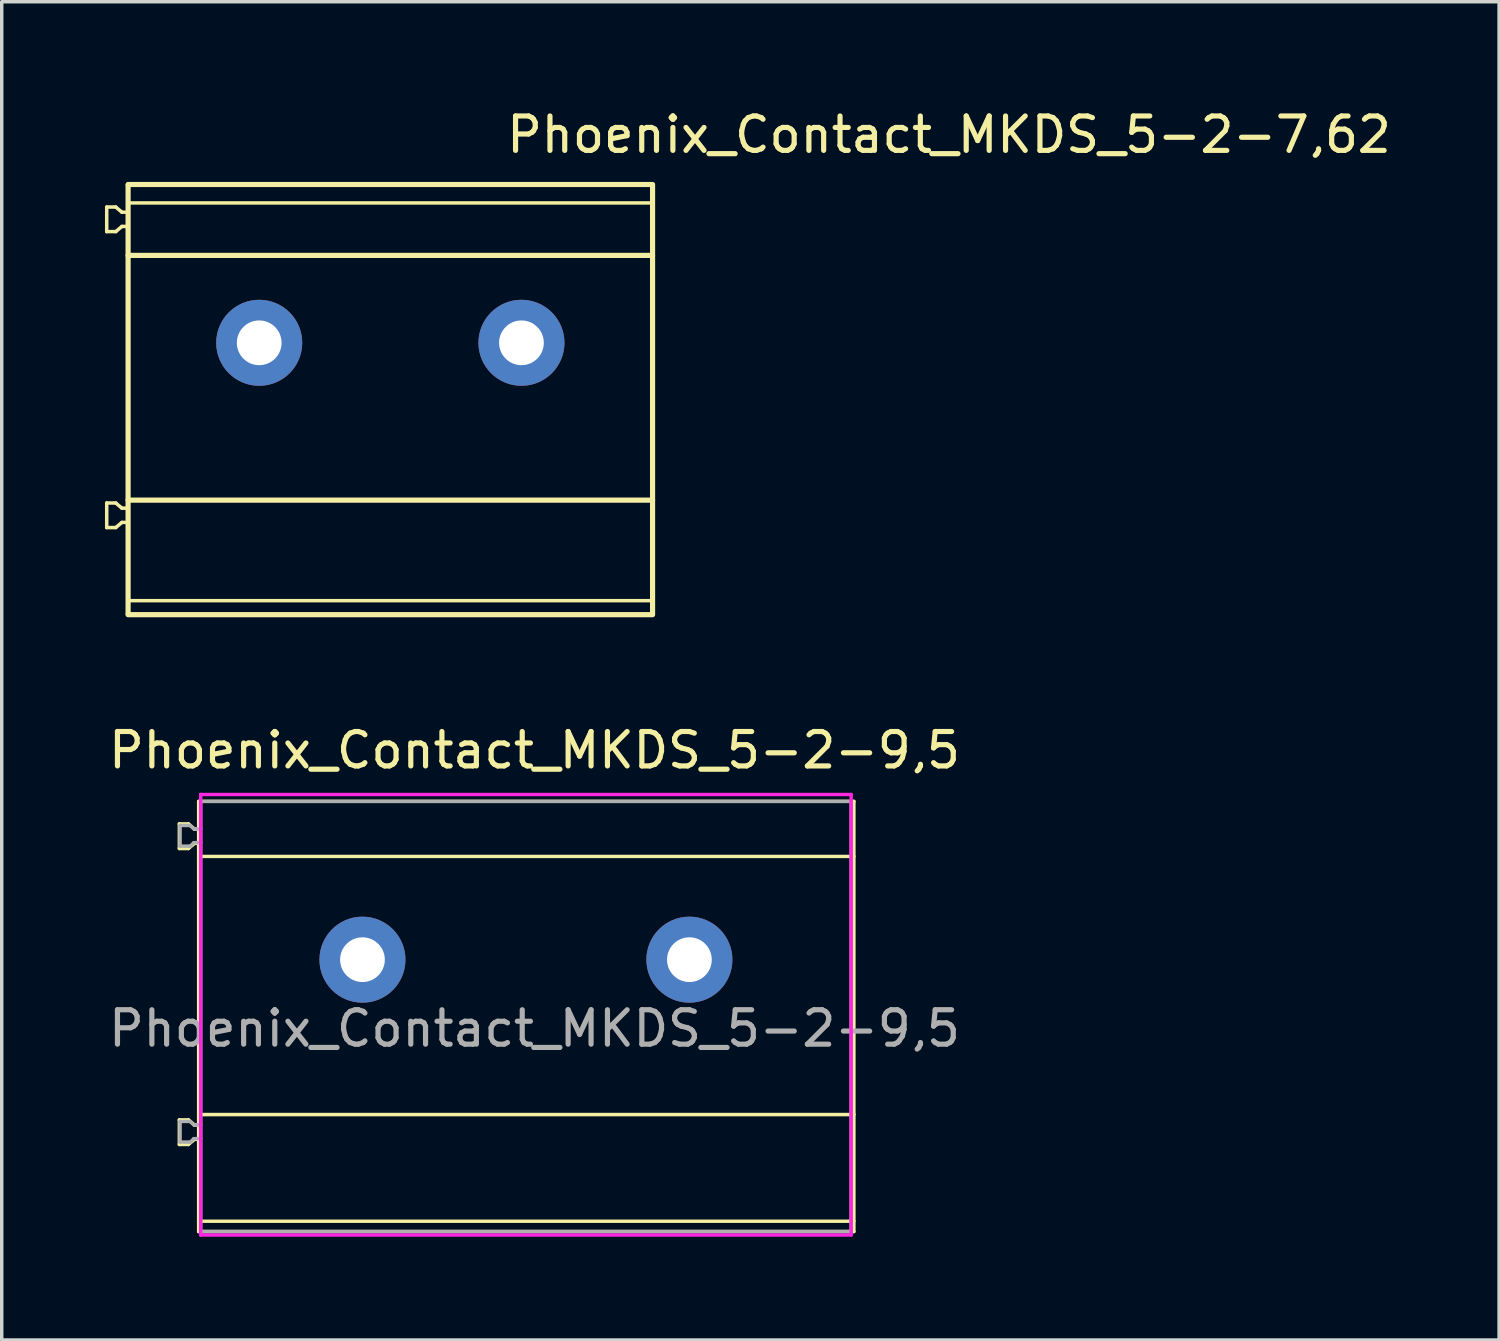
<source format=kicad_pcb>
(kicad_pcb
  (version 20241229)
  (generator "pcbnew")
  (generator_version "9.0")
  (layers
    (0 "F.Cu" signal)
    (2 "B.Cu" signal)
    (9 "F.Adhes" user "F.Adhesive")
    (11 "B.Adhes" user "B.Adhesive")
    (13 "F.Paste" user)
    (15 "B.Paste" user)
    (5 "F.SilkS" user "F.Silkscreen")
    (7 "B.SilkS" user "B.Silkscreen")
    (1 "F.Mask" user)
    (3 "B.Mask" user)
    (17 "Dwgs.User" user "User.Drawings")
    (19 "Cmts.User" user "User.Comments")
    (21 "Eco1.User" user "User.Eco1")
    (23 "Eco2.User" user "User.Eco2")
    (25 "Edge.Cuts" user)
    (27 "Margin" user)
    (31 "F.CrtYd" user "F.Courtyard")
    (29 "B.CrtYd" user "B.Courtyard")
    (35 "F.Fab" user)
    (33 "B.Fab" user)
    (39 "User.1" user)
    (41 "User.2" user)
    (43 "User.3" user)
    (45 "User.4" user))
  (footprint "Phoenix_Contact_MKDS_5-2-9,5"
    (layer "F.Cu")
    (at 7.482 24.836)
    (property "Reference" "Phoenix_Contact_MKDS_5-2-9,5" (at 5 -5.5 0) (layer "F.SilkS") (effects (font (size 1 1) (thickness 0.15)) (justify bottom)))
    (attr through_hole)
    (fp_line (start -5.32 -3.945) (end -5.057 -3.945) (stroke (width 0.102) (type solid)) (layer "F.SilkS"))
    (fp_line (start -5.32 -3.231) (end -5.32 -3.945) (stroke (width 0.102) (type solid)) (layer "F.SilkS"))
    (fp_line (start -5.32 5.369) (end -5.32 4.655) (stroke (width 0.102) (type solid)) (layer "F.SilkS"))
    (fp_line (start -5.057 -3.231) (end -5.32 -3.231) (stroke (width 0.102) (type solid)) (layer "F.SilkS"))
    (fp_line (start -5.057 4.655) (end -5.32 4.655) (stroke (width 0.102) (type solid)) (layer "F.SilkS"))
    (fp_line (start -5.057 4.655) (end -4.879 4.805) (stroke (width 0.102) (type solid)) (layer "F.SilkS"))
    (fp_line (start -5.057 5.369) (end -5.32 5.369) (stroke (width 0.102) (type solid)) (layer "F.SilkS"))
    (fp_line (start -4.879 -3.795) (end -5.057 -3.945) (stroke (width 0.102) (type solid)) (layer "F.SilkS"))
    (fp_line (start -4.879 -3.795) (end -4.76 -3.795) (stroke (width 0.102) (type solid)) (layer "F.SilkS"))
    (fp_line (start -4.879 -3.381) (end -5.057 -3.231) (stroke (width 0.102) (type solid)) (layer "F.SilkS"))
    (fp_line (start -4.879 4.805) (end -4.76 4.805) (stroke (width 0.102) (type solid)) (layer "F.SilkS"))
    (fp_line (start -4.879 5.219) (end -5.057 5.369) (stroke (width 0.102) (type solid)) (layer "F.SilkS"))
    (fp_line (start -4.76 -4.6) (end -4.76 7.9) (stroke (width 0.1) (type solid)) (layer "F.SilkS"))
    (fp_line (start -4.76 -4.6) (end 14.28 -4.6) (stroke (width 0.1) (type solid)) (layer "F.SilkS"))
    (fp_line (start -4.76 -3.38) (end -4.87 -3.38) (stroke (width 0.1) (type solid)) (layer "F.SilkS"))
    (fp_line (start -4.76 4.5) (end 14.28 4.5) (stroke (width 0.102) (type solid)) (layer "F.SilkS"))
    (fp_line (start -4.76 5.219) (end -4.879 5.219) (stroke (width 0.102) (type solid)) (layer "F.SilkS"))
    (fp_line (start -4.76 7.6) (end 14.28 7.6) (stroke (width 0.1) (type solid)) (layer "F.SilkS"))
    (fp_line (start -4.75 -0.288) (end -4.75 0.012) (stroke (width 0.102) (type solid)) (layer "F.SilkS"))
    (fp_line (start -4.75 0.012) (end -4.75 2.412) (stroke (width 0.102) (type solid)) (layer "F.SilkS"))
    (fp_line (start -4.75 2.712) (end -4.75 2.412) (stroke (width 0.102) (type solid)) (layer "F.SilkS"))
    (fp_line (start 14.28 -4.6) (end 14.28 7.9) (stroke (width 0.1) (type solid)) (layer "F.SilkS"))
    (fp_line (start 14.28 -3) (end -4.76 -3) (stroke (width 0.1) (type solid)) (layer "F.SilkS"))
    (fp_line (start 14.28 7.9) (end -4.76 7.9) (stroke (width 0.1) (type solid)) (layer "F.SilkS"))
    (fp_line (start -4.7 -4.8) (end 14.2 -4.8) (stroke (width 0.1) (type solid)) (layer "F.CrtYd"))
    (fp_line (start -4.7 8) (end -4.7 -4.8) (stroke (width 0.1) (type solid)) (layer "F.CrtYd"))
    (fp_line (start 14.2 -4.8) (end 14.2 8) (stroke (width 0.1) (type solid)) (layer "F.CrtYd"))
    (fp_line (start 14.2 8) (end -4.7 8) (stroke (width 0.1) (type solid)) (layer "F.CrtYd"))
    (fp_line (start -5.3 -3.9) (end -5.3 -3.3) (stroke (width 0.1) (type solid)) (layer "F.Fab"))
    (fp_line (start -5.3 -3.3) (end -5 -3.3) (stroke (width 0.1) (type solid)) (layer "F.Fab"))
    (fp_line (start -5.3 4.7) (end -5.3 5.3) (stroke (width 0.1) (type solid)) (layer "F.Fab"))
    (fp_line (start -5.3 5.3) (end -5 5.3) (stroke (width 0.1) (type solid)) (layer "F.Fab"))
    (fp_line (start -5 -3.9) (end -5.3 -3.9) (stroke (width 0.1) (type solid)) (layer "F.Fab"))
    (fp_line (start -5 -3.3) (end -4.9 -3.4) (stroke (width 0.1) (type solid)) (layer "F.Fab"))
    (fp_line (start -5 4.7) (end -5.3 4.7) (stroke (width 0.1) (type solid)) (layer "F.Fab"))
    (fp_line (start -5 5.3) (end -4.9 5.2) (stroke (width 0.1) (type solid)) (layer "F.Fab"))
    (fp_line (start -4.9 -3.8) (end -5 -3.9) (stroke (width 0.1) (type solid)) (layer "F.Fab"))
    (fp_line (start -4.9 -3.4) (end -4.7 -3.4) (stroke (width 0.1) (type solid)) (layer "F.Fab"))
    (fp_line (start -4.9 4.8) (end -5 4.7) (stroke (width 0.1) (type solid)) (layer "F.Fab"))
    (fp_line (start -4.9 5.2) (end -4.7 5.2) (stroke (width 0.1) (type solid)) (layer "F.Fab"))
    (fp_line (start -4.7 -4.6) (end 14.2 -4.6) (stroke (width 0.1) (type solid)) (layer "F.Fab"))
    (fp_line (start -4.7 -3.8) (end -4.9 -3.8) (stroke (width 0.1) (type solid)) (layer "F.Fab"))
    (fp_line (start -4.7 4.8) (end -4.9 4.8) (stroke (width 0.1) (type solid)) (layer "F.Fab"))
    (fp_line (start -4.7 7.9) (end -4.7 -4.6) (stroke (width 0.1) (type solid)) (layer "F.Fab"))
    (fp_line (start 14.2 -4.6) (end 14.2 7.9) (stroke (width 0.1) (type solid)) (layer "F.Fab"))
    (fp_line (start 14.2 7.9) (end -4.7 7.9) (stroke (width 0.1) (type solid)) (layer "F.Fab"))
    (fp_text user "${REFERENCE}" (at 5 2 0) (layer "F.Fab") (effects (font (size 1 1) (thickness 0.15))))
    (pad "1" thru_hole circle (at 0 0) (size 2.5 2.5) (drill 1.3) (layers "*.Cu" "*.Mask"))
    (pad "2" thru_hole circle (at 9.5 0) (size 2.5 2.5) (drill 1.3) (layers "*.Cu" "*.Mask")))
  (footprint "Phoenix_Contact_MKDS_5-2-7,62"
    (layer "F.Cu")
    (at 4.482 6.911)
    (property "Reference" "Phoenix_Contact_MKDS_5-2-7,62" (at 7.112 -5.461 0) (layer "F.SilkS") (effects (font (size 1 1) (thickness 0.15)) (justify left bottom)))
    (attr through_hole)
    (fp_line (start -4.431 -3.945) (end -4.168 -3.945) (stroke (width 0.102) (type solid)) (layer "F.SilkS"))
    (fp_line (start -4.431 -3.231) (end -4.431 -3.945) (stroke (width 0.102) (type solid)) (layer "F.SilkS"))
    (fp_line (start -4.431 5.369) (end -4.431 4.655) (stroke (width 0.102) (type solid)) (layer "F.SilkS"))
    (fp_line (start -4.168 -3.231) (end -4.431 -3.231) (stroke (width 0.102) (type solid)) (layer "F.SilkS"))
    (fp_line (start -4.168 4.655) (end -4.431 4.655) (stroke (width 0.102) (type solid)) (layer "F.SilkS"))
    (fp_line (start -4.168 4.655) (end -3.99 4.805) (stroke (width 0.102) (type solid)) (layer "F.SilkS"))
    (fp_line (start -4.168 5.369) (end -4.431 5.369) (stroke (width 0.102) (type solid)) (layer "F.SilkS"))
    (fp_line (start -3.99 -3.795) (end -4.168 -3.945) (stroke (width 0.102) (type solid)) (layer "F.SilkS"))
    (fp_line (start -3.99 -3.795) (end -3.861 -3.795) (stroke (width 0.102) (type solid)) (layer "F.SilkS"))
    (fp_line (start -3.99 -3.381) (end -4.168 -3.231) (stroke (width 0.102) (type solid)) (layer "F.SilkS"))
    (fp_line (start -3.99 4.805) (end -3.861 4.805) (stroke (width 0.102) (type solid)) (layer "F.SilkS"))
    (fp_line (start -3.99 5.219) (end -4.168 5.369) (stroke (width 0.102) (type solid)) (layer "F.SilkS"))
    (fp_line (start -3.861 -3.381) (end -3.99 -3.381) (stroke (width 0.102) (type solid)) (layer "F.SilkS"))
    (fp_line (start -3.861 5.219) (end -3.99 5.219) (stroke (width 0.102) (type solid)) (layer "F.SilkS"))
    (fp_line (start -3.81 -4.6) (end 11.43 -4.6) (stroke (width 0.15) (type solid)) (layer "F.SilkS"))
    (fp_line (start -3.81 -2.54) (end 11.43 -2.54) (stroke (width 0.15) (type solid)) (layer "F.SilkS"))
    (fp_line (start -3.81 4.572) (end 11.43 4.572) (stroke (width 0.15) (type solid)) (layer "F.SilkS"))
    (fp_line (start -3.81 7.493) (end 11.43 7.493) (stroke (width 0.1) (type solid)) (layer "F.SilkS"))
    (fp_line (start -3.81 7.874) (end -3.81 -4.572) (stroke (width 0.15) (type solid)) (layer "F.SilkS"))
    (fp_line (start 11.43 -4.064) (end -3.81 -4.064) (stroke (width 0.1) (type solid)) (layer "F.SilkS"))
    (fp_line (start 11.43 7.874) (end 11.43 -4.572) (stroke (width 0.15) (type solid)) (layer "F.SilkS"))
    (fp_line (start 11.43 7.9) (end -3.81 7.9) (stroke (width 0.15) (type solid)) (layer "F.SilkS"))
    (pad "1" thru_hole circle (at 0 0) (size 2.5 2.5) (drill 1.3) (layers "*.Cu" "*.Mask"))
    (pad "2" thru_hole circle (at 7.62 0) (size 2.5 2.5) (drill 1.3) (layers "*.Cu" "*.Mask")))
  (gr_rect
    (start -3 -3)
    (end 40.51 35.886)
    (stroke (width 0.1) (type default))
    (fill no)
    (layer "Edge.Cuts")))
</source>
